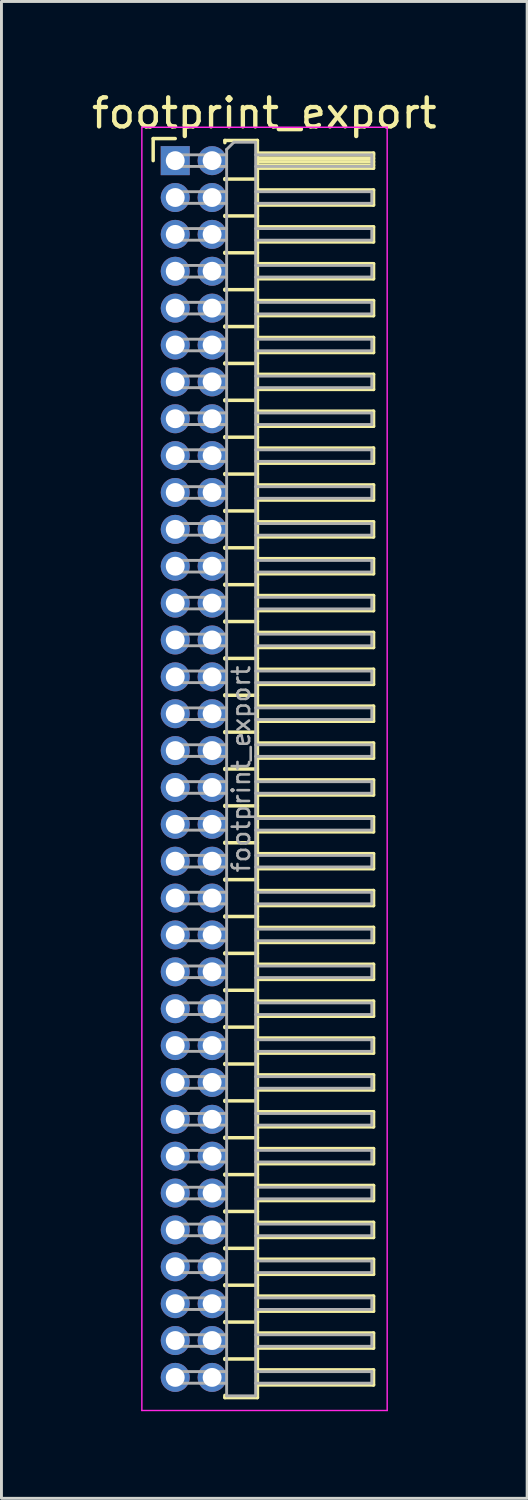
<source format=kicad_pcb>
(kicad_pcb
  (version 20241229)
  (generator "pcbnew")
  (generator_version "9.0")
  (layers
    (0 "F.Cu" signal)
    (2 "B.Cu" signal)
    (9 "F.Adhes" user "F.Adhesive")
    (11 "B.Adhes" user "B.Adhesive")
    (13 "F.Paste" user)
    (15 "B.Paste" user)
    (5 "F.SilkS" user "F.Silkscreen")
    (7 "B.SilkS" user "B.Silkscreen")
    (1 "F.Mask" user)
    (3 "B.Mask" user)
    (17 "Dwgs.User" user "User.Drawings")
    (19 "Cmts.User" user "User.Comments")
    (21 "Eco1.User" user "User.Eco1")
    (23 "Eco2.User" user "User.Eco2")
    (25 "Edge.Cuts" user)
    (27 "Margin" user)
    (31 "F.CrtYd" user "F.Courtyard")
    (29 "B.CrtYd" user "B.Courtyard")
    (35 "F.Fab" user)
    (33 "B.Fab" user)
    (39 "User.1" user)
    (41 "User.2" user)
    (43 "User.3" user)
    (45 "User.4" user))
  (footprint "footprint_export"
    (layer "F.Cu")
    (at 2.986 2.483)
    (property "Reference" "footprint_export" (at 3.067 -1.635 0) (layer "F.SilkS") (effects (font (size 1 1) (thickness 0.15))))
    (attr through_hole)
    (fp_line (start -0.76 -0.76) (end 0 -0.76) (stroke (width 0.12) (type solid)) (layer "F.SilkS"))
    (fp_line (start -0.76 0) (end -0.76 -0.76) (stroke (width 0.12) (type solid)) (layer "F.SilkS"))
    (fp_line (start 1.71 -0.695) (end 2.83 -0.695) (stroke (width 0.12) (type solid)) (layer "F.SilkS"))
    (fp_line (start 1.71 -0.62) (end 1.71 -0.695) (stroke (width 0.12) (type solid)) (layer "F.SilkS"))
    (fp_line (start 1.71 0.62) (end 1.71 0.65) (stroke (width 0.12) (type solid)) (layer "F.SilkS"))
    (fp_line (start 1.71 0.635) (end 2.83 0.635) (stroke (width 0.12) (type solid)) (layer "F.SilkS"))
    (fp_line (start 1.71 1.89) (end 1.71 1.92) (stroke (width 0.12) (type solid)) (layer "F.SilkS"))
    (fp_line (start 1.71 1.905) (end 2.83 1.905) (stroke (width 0.12) (type solid)) (layer "F.SilkS"))
    (fp_line (start 1.71 3.16) (end 1.71 3.19) (stroke (width 0.12) (type solid)) (layer "F.SilkS"))
    (fp_line (start 1.71 3.175) (end 2.83 3.175) (stroke (width 0.12) (type solid)) (layer "F.SilkS"))
    (fp_line (start 1.71 4.43) (end 1.71 4.46) (stroke (width 0.12) (type solid)) (layer "F.SilkS"))
    (fp_line (start 1.71 4.445) (end 2.83 4.445) (stroke (width 0.12) (type solid)) (layer "F.SilkS"))
    (fp_line (start 1.71 5.7) (end 1.71 5.73) (stroke (width 0.12) (type solid)) (layer "F.SilkS"))
    (fp_line (start 1.71 5.715) (end 2.83 5.715) (stroke (width 0.12) (type solid)) (layer "F.SilkS"))
    (fp_line (start 1.71 6.97) (end 1.71 7) (stroke (width 0.12) (type solid)) (layer "F.SilkS"))
    (fp_line (start 1.71 6.985) (end 2.83 6.985) (stroke (width 0.12) (type solid)) (layer "F.SilkS"))
    (fp_line (start 1.71 8.24) (end 1.71 8.27) (stroke (width 0.12) (type solid)) (layer "F.SilkS"))
    (fp_line (start 1.71 8.255) (end 2.83 8.255) (stroke (width 0.12) (type solid)) (layer "F.SilkS"))
    (fp_line (start 1.71 9.51) (end 1.71 9.54) (stroke (width 0.12) (type solid)) (layer "F.SilkS"))
    (fp_line (start 1.71 9.525) (end 2.83 9.525) (stroke (width 0.12) (type solid)) (layer "F.SilkS"))
    (fp_line (start 1.71 10.78) (end 1.71 10.81) (stroke (width 0.12) (type solid)) (layer "F.SilkS"))
    (fp_line (start 1.71 10.795) (end 2.83 10.795) (stroke (width 0.12) (type solid)) (layer "F.SilkS"))
    (fp_line (start 1.71 12.05) (end 1.71 12.08) (stroke (width 0.12) (type solid)) (layer "F.SilkS"))
    (fp_line (start 1.71 12.065) (end 2.83 12.065) (stroke (width 0.12) (type solid)) (layer "F.SilkS"))
    (fp_line (start 1.71 13.32) (end 1.71 13.35) (stroke (width 0.12) (type solid)) (layer "F.SilkS"))
    (fp_line (start 1.71 13.335) (end 2.83 13.335) (stroke (width 0.12) (type solid)) (layer "F.SilkS"))
    (fp_line (start 1.71 14.59) (end 1.71 14.62) (stroke (width 0.12) (type solid)) (layer "F.SilkS"))
    (fp_line (start 1.71 14.605) (end 2.83 14.605) (stroke (width 0.12) (type solid)) (layer "F.SilkS"))
    (fp_line (start 1.71 15.86) (end 1.71 15.89) (stroke (width 0.12) (type solid)) (layer "F.SilkS"))
    (fp_line (start 1.71 15.875) (end 2.83 15.875) (stroke (width 0.12) (type solid)) (layer "F.SilkS"))
    (fp_line (start 1.71 17.13) (end 1.71 17.16) (stroke (width 0.12) (type solid)) (layer "F.SilkS"))
    (fp_line (start 1.71 17.145) (end 2.83 17.145) (stroke (width 0.12) (type solid)) (layer "F.SilkS"))
    (fp_line (start 1.71 18.4) (end 1.71 18.43) (stroke (width 0.12) (type solid)) (layer "F.SilkS"))
    (fp_line (start 1.71 18.415) (end 2.83 18.415) (stroke (width 0.12) (type solid)) (layer "F.SilkS"))
    (fp_line (start 1.71 19.67) (end 1.71 19.7) (stroke (width 0.12) (type solid)) (layer "F.SilkS"))
    (fp_line (start 1.71 19.685) (end 2.83 19.685) (stroke (width 0.12) (type solid)) (layer "F.SilkS"))
    (fp_line (start 1.71 20.94) (end 1.71 20.97) (stroke (width 0.12) (type solid)) (layer "F.SilkS"))
    (fp_line (start 1.71 20.955) (end 2.83 20.955) (stroke (width 0.12) (type solid)) (layer "F.SilkS"))
    (fp_line (start 1.71 22.21) (end 1.71 22.24) (stroke (width 0.12) (type solid)) (layer "F.SilkS"))
    (fp_line (start 1.71 22.225) (end 2.83 22.225) (stroke (width 0.12) (type solid)) (layer "F.SilkS"))
    (fp_line (start 1.71 23.48) (end 1.71 23.51) (stroke (width 0.12) (type solid)) (layer "F.SilkS"))
    (fp_line (start 1.71 23.495) (end 2.83 23.495) (stroke (width 0.12) (type solid)) (layer "F.SilkS"))
    (fp_line (start 1.71 24.75) (end 1.71 24.78) (stroke (width 0.12) (type solid)) (layer "F.SilkS"))
    (fp_line (start 1.71 24.765) (end 2.83 24.765) (stroke (width 0.12) (type solid)) (layer "F.SilkS"))
    (fp_line (start 1.71 26.02) (end 1.71 26.05) (stroke (width 0.12) (type solid)) (layer "F.SilkS"))
    (fp_line (start 1.71 26.035) (end 2.83 26.035) (stroke (width 0.12) (type solid)) (layer "F.SilkS"))
    (fp_line (start 1.71 27.29) (end 1.71 27.32) (stroke (width 0.12) (type solid)) (layer "F.SilkS"))
    (fp_line (start 1.71 27.305) (end 2.83 27.305) (stroke (width 0.12) (type solid)) (layer "F.SilkS"))
    (fp_line (start 1.71 28.56) (end 1.71 28.59) (stroke (width 0.12) (type solid)) (layer "F.SilkS"))
    (fp_line (start 1.71 28.575) (end 2.83 28.575) (stroke (width 0.12) (type solid)) (layer "F.SilkS"))
    (fp_line (start 1.71 29.83) (end 1.71 29.86) (stroke (width 0.12) (type solid)) (layer "F.SilkS"))
    (fp_line (start 1.71 29.845) (end 2.83 29.845) (stroke (width 0.12) (type solid)) (layer "F.SilkS"))
    (fp_line (start 1.71 31.1) (end 1.71 31.13) (stroke (width 0.12) (type solid)) (layer "F.SilkS"))
    (fp_line (start 1.71 31.115) (end 2.83 31.115) (stroke (width 0.12) (type solid)) (layer "F.SilkS"))
    (fp_line (start 1.71 32.37) (end 1.71 32.4) (stroke (width 0.12) (type solid)) (layer "F.SilkS"))
    (fp_line (start 1.71 32.385) (end 2.83 32.385) (stroke (width 0.12) (type solid)) (layer "F.SilkS"))
    (fp_line (start 1.71 33.64) (end 1.71 33.67) (stroke (width 0.12) (type solid)) (layer "F.SilkS"))
    (fp_line (start 1.71 33.655) (end 2.83 33.655) (stroke (width 0.12) (type solid)) (layer "F.SilkS"))
    (fp_line (start 1.71 34.91) (end 1.71 34.94) (stroke (width 0.12) (type solid)) (layer "F.SilkS"))
    (fp_line (start 1.71 34.925) (end 2.83 34.925) (stroke (width 0.12) (type solid)) (layer "F.SilkS"))
    (fp_line (start 1.71 36.18) (end 1.71 36.21) (stroke (width 0.12) (type solid)) (layer "F.SilkS"))
    (fp_line (start 1.71 36.195) (end 2.83 36.195) (stroke (width 0.12) (type solid)) (layer "F.SilkS"))
    (fp_line (start 1.71 37.45) (end 1.71 37.48) (stroke (width 0.12) (type solid)) (layer "F.SilkS"))
    (fp_line (start 1.71 37.465) (end 2.83 37.465) (stroke (width 0.12) (type solid)) (layer "F.SilkS"))
    (fp_line (start 1.71 38.72) (end 1.71 38.75) (stroke (width 0.12) (type solid)) (layer "F.SilkS"))
    (fp_line (start 1.71 38.735) (end 2.83 38.735) (stroke (width 0.12) (type solid)) (layer "F.SilkS"))
    (fp_line (start 1.71 39.99) (end 1.71 40.02) (stroke (width 0.12) (type solid)) (layer "F.SilkS"))
    (fp_line (start 1.71 40.005) (end 2.83 40.005) (stroke (width 0.12) (type solid)) (layer "F.SilkS"))
    (fp_line (start 1.71 41.26) (end 1.71 41.29) (stroke (width 0.12) (type solid)) (layer "F.SilkS"))
    (fp_line (start 1.71 41.275) (end 2.83 41.275) (stroke (width 0.12) (type solid)) (layer "F.SilkS"))
    (fp_line (start 1.71 42.605) (end 1.71 42.53) (stroke (width 0.12) (type solid)) (layer "F.SilkS"))
    (fp_line (start 2.83 -0.695) (end 2.83 42.605) (stroke (width 0.12) (type solid)) (layer "F.SilkS"))
    (fp_line (start 2.83 -0.26) (end 6.83 -0.26) (stroke (width 0.12) (type solid)) (layer "F.SilkS"))
    (fp_line (start 2.83 -0.2) (end 6.83 -0.2) (stroke (width 0.12) (type solid)) (layer "F.SilkS"))
    (fp_line (start 2.83 -0.08) (end 6.83 -0.08) (stroke (width 0.12) (type solid)) (layer "F.SilkS"))
    (fp_line (start 2.83 0.04) (end 6.83 0.04) (stroke (width 0.12) (type solid)) (layer "F.SilkS"))
    (fp_line (start 2.83 0.16) (end 6.83 0.16) (stroke (width 0.12) (type solid)) (layer "F.SilkS"))
    (fp_line (start 2.83 1.01) (end 6.83 1.01) (stroke (width 0.12) (type solid)) (layer "F.SilkS"))
    (fp_line (start 2.83 2.28) (end 6.83 2.28) (stroke (width 0.12) (type solid)) (layer "F.SilkS"))
    (fp_line (start 2.83 3.55) (end 6.83 3.55) (stroke (width 0.12) (type solid)) (layer "F.SilkS"))
    (fp_line (start 2.83 4.82) (end 6.83 4.82) (stroke (width 0.12) (type solid)) (layer "F.SilkS"))
    (fp_line (start 2.83 6.09) (end 6.83 6.09) (stroke (width 0.12) (type solid)) (layer "F.SilkS"))
    (fp_line (start 2.83 7.36) (end 6.83 7.36) (stroke (width 0.12) (type solid)) (layer "F.SilkS"))
    (fp_line (start 2.83 8.63) (end 6.83 8.63) (stroke (width 0.12) (type solid)) (layer "F.SilkS"))
    (fp_line (start 2.83 9.9) (end 6.83 9.9) (stroke (width 0.12) (type solid)) (layer "F.SilkS"))
    (fp_line (start 2.83 11.17) (end 6.83 11.17) (stroke (width 0.12) (type solid)) (layer "F.SilkS"))
    (fp_line (start 2.83 12.44) (end 6.83 12.44) (stroke (width 0.12) (type solid)) (layer "F.SilkS"))
    (fp_line (start 2.83 13.71) (end 6.83 13.71) (stroke (width 0.12) (type solid)) (layer "F.SilkS"))
    (fp_line (start 2.83 14.98) (end 6.83 14.98) (stroke (width 0.12) (type solid)) (layer "F.SilkS"))
    (fp_line (start 2.83 16.25) (end 6.83 16.25) (stroke (width 0.12) (type solid)) (layer "F.SilkS"))
    (fp_line (start 2.83 17.52) (end 6.83 17.52) (stroke (width 0.12) (type solid)) (layer "F.SilkS"))
    (fp_line (start 2.83 18.79) (end 6.83 18.79) (stroke (width 0.12) (type solid)) (layer "F.SilkS"))
    (fp_line (start 2.83 20.06) (end 6.83 20.06) (stroke (width 0.12) (type solid)) (layer "F.SilkS"))
    (fp_line (start 2.83 21.33) (end 6.83 21.33) (stroke (width 0.12) (type solid)) (layer "F.SilkS"))
    (fp_line (start 2.83 22.6) (end 6.83 22.6) (stroke (width 0.12) (type solid)) (layer "F.SilkS"))
    (fp_line (start 2.83 23.87) (end 6.83 23.87) (stroke (width 0.12) (type solid)) (layer "F.SilkS"))
    (fp_line (start 2.83 25.14) (end 6.83 25.14) (stroke (width 0.12) (type solid)) (layer "F.SilkS"))
    (fp_line (start 2.83 26.41) (end 6.83 26.41) (stroke (width 0.12) (type solid)) (layer "F.SilkS"))
    (fp_line (start 2.83 27.68) (end 6.83 27.68) (stroke (width 0.12) (type solid)) (layer "F.SilkS"))
    (fp_line (start 2.83 28.95) (end 6.83 28.95) (stroke (width 0.12) (type solid)) (layer "F.SilkS"))
    (fp_line (start 2.83 30.22) (end 6.83 30.22) (stroke (width 0.12) (type solid)) (layer "F.SilkS"))
    (fp_line (start 2.83 31.49) (end 6.83 31.49) (stroke (width 0.12) (type solid)) (layer "F.SilkS"))
    (fp_line (start 2.83 32.76) (end 6.83 32.76) (stroke (width 0.12) (type solid)) (layer "F.SilkS"))
    (fp_line (start 2.83 34.03) (end 6.83 34.03) (stroke (width 0.12) (type solid)) (layer "F.SilkS"))
    (fp_line (start 2.83 35.3) (end 6.83 35.3) (stroke (width 0.12) (type solid)) (layer "F.SilkS"))
    (fp_line (start 2.83 36.57) (end 6.83 36.57) (stroke (width 0.12) (type solid)) (layer "F.SilkS"))
    (fp_line (start 2.83 37.84) (end 6.83 37.84) (stroke (width 0.12) (type solid)) (layer "F.SilkS"))
    (fp_line (start 2.83 39.11) (end 6.83 39.11) (stroke (width 0.12) (type solid)) (layer "F.SilkS"))
    (fp_line (start 2.83 40.38) (end 6.83 40.38) (stroke (width 0.12) (type solid)) (layer "F.SilkS"))
    (fp_line (start 2.83 41.65) (end 6.83 41.65) (stroke (width 0.12) (type solid)) (layer "F.SilkS"))
    (fp_line (start 2.83 42.605) (end 1.71 42.605) (stroke (width 0.12) (type solid)) (layer "F.SilkS"))
    (fp_line (start 6.83 -0.26) (end 6.83 0.26) (stroke (width 0.12) (type solid)) (layer "F.SilkS"))
    (fp_line (start 6.83 0.26) (end 2.83 0.26) (stroke (width 0.12) (type solid)) (layer "F.SilkS"))
    (fp_line (start 6.83 1.01) (end 6.83 1.53) (stroke (width 0.12) (type solid)) (layer "F.SilkS"))
    (fp_line (start 6.83 1.53) (end 2.83 1.53) (stroke (width 0.12) (type solid)) (layer "F.SilkS"))
    (fp_line (start 6.83 2.28) (end 6.83 2.8) (stroke (width 0.12) (type solid)) (layer "F.SilkS"))
    (fp_line (start 6.83 2.8) (end 2.83 2.8) (stroke (width 0.12) (type solid)) (layer "F.SilkS"))
    (fp_line (start 6.83 3.55) (end 6.83 4.07) (stroke (width 0.12) (type solid)) (layer "F.SilkS"))
    (fp_line (start 6.83 4.07) (end 2.83 4.07) (stroke (width 0.12) (type solid)) (layer "F.SilkS"))
    (fp_line (start 6.83 4.82) (end 6.83 5.34) (stroke (width 0.12) (type solid)) (layer "F.SilkS"))
    (fp_line (start 6.83 5.34) (end 2.83 5.34) (stroke (width 0.12) (type solid)) (layer "F.SilkS"))
    (fp_line (start 6.83 6.09) (end 6.83 6.61) (stroke (width 0.12) (type solid)) (layer "F.SilkS"))
    (fp_line (start 6.83 6.61) (end 2.83 6.61) (stroke (width 0.12) (type solid)) (layer "F.SilkS"))
    (fp_line (start 6.83 7.36) (end 6.83 7.88) (stroke (width 0.12) (type solid)) (layer "F.SilkS"))
    (fp_line (start 6.83 7.88) (end 2.83 7.88) (stroke (width 0.12) (type solid)) (layer "F.SilkS"))
    (fp_line (start 6.83 8.63) (end 6.83 9.15) (stroke (width 0.12) (type solid)) (layer "F.SilkS"))
    (fp_line (start 6.83 9.15) (end 2.83 9.15) (stroke (width 0.12) (type solid)) (layer "F.SilkS"))
    (fp_line (start 6.83 9.9) (end 6.83 10.42) (stroke (width 0.12) (type solid)) (layer "F.SilkS"))
    (fp_line (start 6.83 10.42) (end 2.83 10.42) (stroke (width 0.12) (type solid)) (layer "F.SilkS"))
    (fp_line (start 6.83 11.17) (end 6.83 11.69) (stroke (width 0.12) (type solid)) (layer "F.SilkS"))
    (fp_line (start 6.83 11.69) (end 2.83 11.69) (stroke (width 0.12) (type solid)) (layer "F.SilkS"))
    (fp_line (start 6.83 12.44) (end 6.83 12.96) (stroke (width 0.12) (type solid)) (layer "F.SilkS"))
    (fp_line (start 6.83 12.96) (end 2.83 12.96) (stroke (width 0.12) (type solid)) (layer "F.SilkS"))
    (fp_line (start 6.83 13.71) (end 6.83 14.23) (stroke (width 0.12) (type solid)) (layer "F.SilkS"))
    (fp_line (start 6.83 14.23) (end 2.83 14.23) (stroke (width 0.12) (type solid)) (layer "F.SilkS"))
    (fp_line (start 6.83 14.98) (end 6.83 15.5) (stroke (width 0.12) (type solid)) (layer "F.SilkS"))
    (fp_line (start 6.83 15.5) (end 2.83 15.5) (stroke (width 0.12) (type solid)) (layer "F.SilkS"))
    (fp_line (start 6.83 16.25) (end 6.83 16.77) (stroke (width 0.12) (type solid)) (layer "F.SilkS"))
    (fp_line (start 6.83 16.77) (end 2.83 16.77) (stroke (width 0.12) (type solid)) (layer "F.SilkS"))
    (fp_line (start 6.83 17.52) (end 6.83 18.04) (stroke (width 0.12) (type solid)) (layer "F.SilkS"))
    (fp_line (start 6.83 18.04) (end 2.83 18.04) (stroke (width 0.12) (type solid)) (layer "F.SilkS"))
    (fp_line (start 6.83 18.79) (end 6.83 19.31) (stroke (width 0.12) (type solid)) (layer "F.SilkS"))
    (fp_line (start 6.83 19.31) (end 2.83 19.31) (stroke (width 0.12) (type solid)) (layer "F.SilkS"))
    (fp_line (start 6.83 20.06) (end 6.83 20.58) (stroke (width 0.12) (type solid)) (layer "F.SilkS"))
    (fp_line (start 6.83 20.58) (end 2.83 20.58) (stroke (width 0.12) (type solid)) (layer "F.SilkS"))
    (fp_line (start 6.83 21.33) (end 6.83 21.85) (stroke (width 0.12) (type solid)) (layer "F.SilkS"))
    (fp_line (start 6.83 21.85) (end 2.83 21.85) (stroke (width 0.12) (type solid)) (layer "F.SilkS"))
    (fp_line (start 6.83 22.6) (end 6.83 23.12) (stroke (width 0.12) (type solid)) (layer "F.SilkS"))
    (fp_line (start 6.83 23.12) (end 2.83 23.12) (stroke (width 0.12) (type solid)) (layer "F.SilkS"))
    (fp_line (start 6.83 23.87) (end 6.83 24.39) (stroke (width 0.12) (type solid)) (layer "F.SilkS"))
    (fp_line (start 6.83 24.39) (end 2.83 24.39) (stroke (width 0.12) (type solid)) (layer "F.SilkS"))
    (fp_line (start 6.83 25.14) (end 6.83 25.66) (stroke (width 0.12) (type solid)) (layer "F.SilkS"))
    (fp_line (start 6.83 25.66) (end 2.83 25.66) (stroke (width 0.12) (type solid)) (layer "F.SilkS"))
    (fp_line (start 6.83 26.41) (end 6.83 26.93) (stroke (width 0.12) (type solid)) (layer "F.SilkS"))
    (fp_line (start 6.83 26.93) (end 2.83 26.93) (stroke (width 0.12) (type solid)) (layer "F.SilkS"))
    (fp_line (start 6.83 27.68) (end 6.83 28.2) (stroke (width 0.12) (type solid)) (layer "F.SilkS"))
    (fp_line (start 6.83 28.2) (end 2.83 28.2) (stroke (width 0.12) (type solid)) (layer "F.SilkS"))
    (fp_line (start 6.83 28.95) (end 6.83 29.47) (stroke (width 0.12) (type solid)) (layer "F.SilkS"))
    (fp_line (start 6.83 29.47) (end 2.83 29.47) (stroke (width 0.12) (type solid)) (layer "F.SilkS"))
    (fp_line (start 6.83 30.22) (end 6.83 30.74) (stroke (width 0.12) (type solid)) (layer "F.SilkS"))
    (fp_line (start 6.83 30.74) (end 2.83 30.74) (stroke (width 0.12) (type solid)) (layer "F.SilkS"))
    (fp_line (start 6.83 31.49) (end 6.83 32.01) (stroke (width 0.12) (type solid)) (layer "F.SilkS"))
    (fp_line (start 6.83 32.01) (end 2.83 32.01) (stroke (width 0.12) (type solid)) (layer "F.SilkS"))
    (fp_line (start 6.83 32.76) (end 6.83 33.28) (stroke (width 0.12) (type solid)) (layer "F.SilkS"))
    (fp_line (start 6.83 33.28) (end 2.83 33.28) (stroke (width 0.12) (type solid)) (layer "F.SilkS"))
    (fp_line (start 6.83 34.03) (end 6.83 34.55) (stroke (width 0.12) (type solid)) (layer "F.SilkS"))
    (fp_line (start 6.83 34.55) (end 2.83 34.55) (stroke (width 0.12) (type solid)) (layer "F.SilkS"))
    (fp_line (start 6.83 35.3) (end 6.83 35.82) (stroke (width 0.12) (type solid)) (layer "F.SilkS"))
    (fp_line (start 6.83 35.82) (end 2.83 35.82) (stroke (width 0.12) (type solid)) (layer "F.SilkS"))
    (fp_line (start 6.83 36.57) (end 6.83 37.09) (stroke (width 0.12) (type solid)) (layer "F.SilkS"))
    (fp_line (start 6.83 37.09) (end 2.83 37.09) (stroke (width 0.12) (type solid)) (layer "F.SilkS"))
    (fp_line (start 6.83 37.84) (end 6.83 38.36) (stroke (width 0.12) (type solid)) (layer "F.SilkS"))
    (fp_line (start 6.83 38.36) (end 2.83 38.36) (stroke (width 0.12) (type solid)) (layer "F.SilkS"))
    (fp_line (start 6.83 39.11) (end 6.83 39.63) (stroke (width 0.12) (type solid)) (layer "F.SilkS"))
    (fp_line (start 6.83 39.63) (end 2.83 39.63) (stroke (width 0.12) (type solid)) (layer "F.SilkS"))
    (fp_line (start 6.83 40.38) (end 6.83 40.9) (stroke (width 0.12) (type solid)) (layer "F.SilkS"))
    (fp_line (start 6.83 40.9) (end 2.83 40.9) (stroke (width 0.12) (type solid)) (layer "F.SilkS"))
    (fp_line (start 6.83 41.65) (end 6.83 42.17) (stroke (width 0.12) (type solid)) (layer "F.SilkS"))
    (fp_line (start 6.83 42.17) (end 2.83 42.17) (stroke (width 0.12) (type solid)) (layer "F.SilkS"))
    (fp_line (start -1.15 -1.15) (end -1.15 43.05) (stroke (width 0.05) (type solid)) (layer "F.CrtYd"))
    (fp_line (start -1.15 43.05) (end 7.3 43.05) (stroke (width 0.05) (type solid)) (layer "F.CrtYd"))
    (fp_line (start 7.3 -1.15) (end -1.15 -1.15) (stroke (width 0.05) (type solid)) (layer "F.CrtYd"))
    (fp_line (start 7.3 43.05) (end 7.3 -1.15) (stroke (width 0.05) (type solid)) (layer "F.CrtYd"))
    (fp_line (start -0.2 -0.2) (end -0.2 0.2) (stroke (width 0.1) (type solid)) (layer "F.Fab"))
    (fp_line (start -0.2 -0.2) (end 1.77 -0.2) (stroke (width 0.1) (type solid)) (layer "F.Fab"))
    (fp_line (start -0.2 0.2) (end 1.77 0.2) (stroke (width 0.1) (type solid)) (layer "F.Fab"))
    (fp_line (start -0.2 1.07) (end -0.2 1.47) (stroke (width 0.1) (type solid)) (layer "F.Fab"))
    (fp_line (start -0.2 1.07) (end 1.77 1.07) (stroke (width 0.1) (type solid)) (layer "F.Fab"))
    (fp_line (start -0.2 1.47) (end 1.77 1.47) (stroke (width 0.1) (type solid)) (layer "F.Fab"))
    (fp_line (start -0.2 2.34) (end -0.2 2.74) (stroke (width 0.1) (type solid)) (layer "F.Fab"))
    (fp_line (start -0.2 2.34) (end 1.77 2.34) (stroke (width 0.1) (type solid)) (layer "F.Fab"))
    (fp_line (start -0.2 2.74) (end 1.77 2.74) (stroke (width 0.1) (type solid)) (layer "F.Fab"))
    (fp_line (start -0.2 3.61) (end -0.2 4.01) (stroke (width 0.1) (type solid)) (layer "F.Fab"))
    (fp_line (start -0.2 3.61) (end 1.77 3.61) (stroke (width 0.1) (type solid)) (layer "F.Fab"))
    (fp_line (start -0.2 4.01) (end 1.77 4.01) (stroke (width 0.1) (type solid)) (layer "F.Fab"))
    (fp_line (start -0.2 4.88) (end -0.2 5.28) (stroke (width 0.1) (type solid)) (layer "F.Fab"))
    (fp_line (start -0.2 4.88) (end 1.77 4.88) (stroke (width 0.1) (type solid)) (layer "F.Fab"))
    (fp_line (start -0.2 5.28) (end 1.77 5.28) (stroke (width 0.1) (type solid)) (layer "F.Fab"))
    (fp_line (start -0.2 6.15) (end -0.2 6.55) (stroke (width 0.1) (type solid)) (layer "F.Fab"))
    (fp_line (start -0.2 6.15) (end 1.77 6.15) (stroke (width 0.1) (type solid)) (layer "F.Fab"))
    (fp_line (start -0.2 6.55) (end 1.77 6.55) (stroke (width 0.1) (type solid)) (layer "F.Fab"))
    (fp_line (start -0.2 7.42) (end -0.2 7.82) (stroke (width 0.1) (type solid)) (layer "F.Fab"))
    (fp_line (start -0.2 7.42) (end 1.77 7.42) (stroke (width 0.1) (type solid)) (layer "F.Fab"))
    (fp_line (start -0.2 7.82) (end 1.77 7.82) (stroke (width 0.1) (type solid)) (layer "F.Fab"))
    (fp_line (start -0.2 8.69) (end -0.2 9.09) (stroke (width 0.1) (type solid)) (layer "F.Fab"))
    (fp_line (start -0.2 8.69) (end 1.77 8.69) (stroke (width 0.1) (type solid)) (layer "F.Fab"))
    (fp_line (start -0.2 9.09) (end 1.77 9.09) (stroke (width 0.1) (type solid)) (layer "F.Fab"))
    (fp_line (start -0.2 9.96) (end -0.2 10.36) (stroke (width 0.1) (type solid)) (layer "F.Fab"))
    (fp_line (start -0.2 9.96) (end 1.77 9.96) (stroke (width 0.1) (type solid)) (layer "F.Fab"))
    (fp_line (start -0.2 10.36) (end 1.77 10.36) (stroke (width 0.1) (type solid)) (layer "F.Fab"))
    (fp_line (start -0.2 11.23) (end -0.2 11.63) (stroke (width 0.1) (type solid)) (layer "F.Fab"))
    (fp_line (start -0.2 11.23) (end 1.77 11.23) (stroke (width 0.1) (type solid)) (layer "F.Fab"))
    (fp_line (start -0.2 11.63) (end 1.77 11.63) (stroke (width 0.1) (type solid)) (layer "F.Fab"))
    (fp_line (start -0.2 12.5) (end -0.2 12.9) (stroke (width 0.1) (type solid)) (layer "F.Fab"))
    (fp_line (start -0.2 12.5) (end 1.77 12.5) (stroke (width 0.1) (type solid)) (layer "F.Fab"))
    (fp_line (start -0.2 12.9) (end 1.77 12.9) (stroke (width 0.1) (type solid)) (layer "F.Fab"))
    (fp_line (start -0.2 13.77) (end -0.2 14.17) (stroke (width 0.1) (type solid)) (layer "F.Fab"))
    (fp_line (start -0.2 13.77) (end 1.77 13.77) (stroke (width 0.1) (type solid)) (layer "F.Fab"))
    (fp_line (start -0.2 14.17) (end 1.77 14.17) (stroke (width 0.1) (type solid)) (layer "F.Fab"))
    (fp_line (start -0.2 15.04) (end -0.2 15.44) (stroke (width 0.1) (type solid)) (layer "F.Fab"))
    (fp_line (start -0.2 15.04) (end 1.77 15.04) (stroke (width 0.1) (type solid)) (layer "F.Fab"))
    (fp_line (start -0.2 15.44) (end 1.77 15.44) (stroke (width 0.1) (type solid)) (layer "F.Fab"))
    (fp_line (start -0.2 16.31) (end -0.2 16.71) (stroke (width 0.1) (type solid)) (layer "F.Fab"))
    (fp_line (start -0.2 16.31) (end 1.77 16.31) (stroke (width 0.1) (type solid)) (layer "F.Fab"))
    (fp_line (start -0.2 16.71) (end 1.77 16.71) (stroke (width 0.1) (type solid)) (layer "F.Fab"))
    (fp_line (start -0.2 17.58) (end -0.2 17.98) (stroke (width 0.1) (type solid)) (layer "F.Fab"))
    (fp_line (start -0.2 17.58) (end 1.77 17.58) (stroke (width 0.1) (type solid)) (layer "F.Fab"))
    (fp_line (start -0.2 17.98) (end 1.77 17.98) (stroke (width 0.1) (type solid)) (layer "F.Fab"))
    (fp_line (start -0.2 18.85) (end -0.2 19.25) (stroke (width 0.1) (type solid)) (layer "F.Fab"))
    (fp_line (start -0.2 18.85) (end 1.77 18.85) (stroke (width 0.1) (type solid)) (layer "F.Fab"))
    (fp_line (start -0.2 19.25) (end 1.77 19.25) (stroke (width 0.1) (type solid)) (layer "F.Fab"))
    (fp_line (start -0.2 20.12) (end -0.2 20.52) (stroke (width 0.1) (type solid)) (layer "F.Fab"))
    (fp_line (start -0.2 20.12) (end 1.77 20.12) (stroke (width 0.1) (type solid)) (layer "F.Fab"))
    (fp_line (start -0.2 20.52) (end 1.77 20.52) (stroke (width 0.1) (type solid)) (layer "F.Fab"))
    (fp_line (start -0.2 21.39) (end -0.2 21.79) (stroke (width 0.1) (type solid)) (layer "F.Fab"))
    (fp_line (start -0.2 21.39) (end 1.77 21.39) (stroke (width 0.1) (type solid)) (layer "F.Fab"))
    (fp_line (start -0.2 21.79) (end 1.77 21.79) (stroke (width 0.1) (type solid)) (layer "F.Fab"))
    (fp_line (start -0.2 22.66) (end -0.2 23.06) (stroke (width 0.1) (type solid)) (layer "F.Fab"))
    (fp_line (start -0.2 22.66) (end 1.77 22.66) (stroke (width 0.1) (type solid)) (layer "F.Fab"))
    (fp_line (start -0.2 23.06) (end 1.77 23.06) (stroke (width 0.1) (type solid)) (layer "F.Fab"))
    (fp_line (start -0.2 23.93) (end -0.2 24.33) (stroke (width 0.1) (type solid)) (layer "F.Fab"))
    (fp_line (start -0.2 23.93) (end 1.77 23.93) (stroke (width 0.1) (type solid)) (layer "F.Fab"))
    (fp_line (start -0.2 24.33) (end 1.77 24.33) (stroke (width 0.1) (type solid)) (layer "F.Fab"))
    (fp_line (start -0.2 25.2) (end -0.2 25.6) (stroke (width 0.1) (type solid)) (layer "F.Fab"))
    (fp_line (start -0.2 25.2) (end 1.77 25.2) (stroke (width 0.1) (type solid)) (layer "F.Fab"))
    (fp_line (start -0.2 25.6) (end 1.77 25.6) (stroke (width 0.1) (type solid)) (layer "F.Fab"))
    (fp_line (start -0.2 26.47) (end -0.2 26.87) (stroke (width 0.1) (type solid)) (layer "F.Fab"))
    (fp_line (start -0.2 26.47) (end 1.77 26.47) (stroke (width 0.1) (type solid)) (layer "F.Fab"))
    (fp_line (start -0.2 26.87) (end 1.77 26.87) (stroke (width 0.1) (type solid)) (layer "F.Fab"))
    (fp_line (start -0.2 27.74) (end -0.2 28.14) (stroke (width 0.1) (type solid)) (layer "F.Fab"))
    (fp_line (start -0.2 27.74) (end 1.77 27.74) (stroke (width 0.1) (type solid)) (layer "F.Fab"))
    (fp_line (start -0.2 28.14) (end 1.77 28.14) (stroke (width 0.1) (type solid)) (layer "F.Fab"))
    (fp_line (start -0.2 29.01) (end -0.2 29.41) (stroke (width 0.1) (type solid)) (layer "F.Fab"))
    (fp_line (start -0.2 29.01) (end 1.77 29.01) (stroke (width 0.1) (type solid)) (layer "F.Fab"))
    (fp_line (start -0.2 29.41) (end 1.77 29.41) (stroke (width 0.1) (type solid)) (layer "F.Fab"))
    (fp_line (start -0.2 30.28) (end -0.2 30.68) (stroke (width 0.1) (type solid)) (layer "F.Fab"))
    (fp_line (start -0.2 30.28) (end 1.77 30.28) (stroke (width 0.1) (type solid)) (layer "F.Fab"))
    (fp_line (start -0.2 30.68) (end 1.77 30.68) (stroke (width 0.1) (type solid)) (layer "F.Fab"))
    (fp_line (start -0.2 31.55) (end -0.2 31.95) (stroke (width 0.1) (type solid)) (layer "F.Fab"))
    (fp_line (start -0.2 31.55) (end 1.77 31.55) (stroke (width 0.1) (type solid)) (layer "F.Fab"))
    (fp_line (start -0.2 31.95) (end 1.77 31.95) (stroke (width 0.1) (type solid)) (layer "F.Fab"))
    (fp_line (start -0.2 32.82) (end -0.2 33.22) (stroke (width 0.1) (type solid)) (layer "F.Fab"))
    (fp_line (start -0.2 32.82) (end 1.77 32.82) (stroke (width 0.1) (type solid)) (layer "F.Fab"))
    (fp_line (start -0.2 33.22) (end 1.77 33.22) (stroke (width 0.1) (type solid)) (layer "F.Fab"))
    (fp_line (start -0.2 34.09) (end -0.2 34.49) (stroke (width 0.1) (type solid)) (layer "F.Fab"))
    (fp_line (start -0.2 34.09) (end 1.77 34.09) (stroke (width 0.1) (type solid)) (layer "F.Fab"))
    (fp_line (start -0.2 34.49) (end 1.77 34.49) (stroke (width 0.1) (type solid)) (layer "F.Fab"))
    (fp_line (start -0.2 35.36) (end -0.2 35.76) (stroke (width 0.1) (type solid)) (layer "F.Fab"))
    (fp_line (start -0.2 35.36) (end 1.77 35.36) (stroke (width 0.1) (type solid)) (layer "F.Fab"))
    (fp_line (start -0.2 35.76) (end 1.77 35.76) (stroke (width 0.1) (type solid)) (layer "F.Fab"))
    (fp_line (start -0.2 36.63) (end -0.2 37.03) (stroke (width 0.1) (type solid)) (layer "F.Fab"))
    (fp_line (start -0.2 36.63) (end 1.77 36.63) (stroke (width 0.1) (type solid)) (layer "F.Fab"))
    (fp_line (start -0.2 37.03) (end 1.77 37.03) (stroke (width 0.1) (type solid)) (layer "F.Fab"))
    (fp_line (start -0.2 37.9) (end -0.2 38.3) (stroke (width 0.1) (type solid)) (layer "F.Fab"))
    (fp_line (start -0.2 37.9) (end 1.77 37.9) (stroke (width 0.1) (type solid)) (layer "F.Fab"))
    (fp_line (start -0.2 38.3) (end 1.77 38.3) (stroke (width 0.1) (type solid)) (layer "F.Fab"))
    (fp_line (start -0.2 39.17) (end -0.2 39.57) (stroke (width 0.1) (type solid)) (layer "F.Fab"))
    (fp_line (start -0.2 39.17) (end 1.77 39.17) (stroke (width 0.1) (type solid)) (layer "F.Fab"))
    (fp_line (start -0.2 39.57) (end 1.77 39.57) (stroke (width 0.1) (type solid)) (layer "F.Fab"))
    (fp_line (start -0.2 40.44) (end -0.2 40.84) (stroke (width 0.1) (type solid)) (layer "F.Fab"))
    (fp_line (start -0.2 40.44) (end 1.77 40.44) (stroke (width 0.1) (type solid)) (layer "F.Fab"))
    (fp_line (start -0.2 40.84) (end 1.77 40.84) (stroke (width 0.1) (type solid)) (layer "F.Fab"))
    (fp_line (start -0.2 41.71) (end -0.2 42.11) (stroke (width 0.1) (type solid)) (layer "F.Fab"))
    (fp_line (start -0.2 41.71) (end 1.77 41.71) (stroke (width 0.1) (type solid)) (layer "F.Fab"))
    (fp_line (start -0.2 42.11) (end 1.77 42.11) (stroke (width 0.1) (type solid)) (layer "F.Fab"))
    (fp_line (start 1.77 -0.385) (end 2.02 -0.635) (stroke (width 0.1) (type solid)) (layer "F.Fab"))
    (fp_line (start 1.77 42.545) (end 1.77 -0.385) (stroke (width 0.1) (type solid)) (layer "F.Fab"))
    (fp_line (start 2.02 -0.635) (end 2.77 -0.635) (stroke (width 0.1) (type solid)) (layer "F.Fab"))
    (fp_line (start 2.77 -0.635) (end 2.77 42.545) (stroke (width 0.1) (type solid)) (layer "F.Fab"))
    (fp_line (start 2.77 -0.2) (end 6.77 -0.2) (stroke (width 0.1) (type solid)) (layer "F.Fab"))
    (fp_line (start 2.77 0.2) (end 6.77 0.2) (stroke (width 0.1) (type solid)) (layer "F.Fab"))
    (fp_line (start 2.77 1.07) (end 6.77 1.07) (stroke (width 0.1) (type solid)) (layer "F.Fab"))
    (fp_line (start 2.77 1.47) (end 6.77 1.47) (stroke (width 0.1) (type solid)) (layer "F.Fab"))
    (fp_line (start 2.77 2.34) (end 6.77 2.34) (stroke (width 0.1) (type solid)) (layer "F.Fab"))
    (fp_line (start 2.77 2.74) (end 6.77 2.74) (stroke (width 0.1) (type solid)) (layer "F.Fab"))
    (fp_line (start 2.77 3.61) (end 6.77 3.61) (stroke (width 0.1) (type solid)) (layer "F.Fab"))
    (fp_line (start 2.77 4.01) (end 6.77 4.01) (stroke (width 0.1) (type solid)) (layer "F.Fab"))
    (fp_line (start 2.77 4.88) (end 6.77 4.88) (stroke (width 0.1) (type solid)) (layer "F.Fab"))
    (fp_line (start 2.77 5.28) (end 6.77 5.28) (stroke (width 0.1) (type solid)) (layer "F.Fab"))
    (fp_line (start 2.77 6.15) (end 6.77 6.15) (stroke (width 0.1) (type solid)) (layer "F.Fab"))
    (fp_line (start 2.77 6.55) (end 6.77 6.55) (stroke (width 0.1) (type solid)) (layer "F.Fab"))
    (fp_line (start 2.77 7.42) (end 6.77 7.42) (stroke (width 0.1) (type solid)) (layer "F.Fab"))
    (fp_line (start 2.77 7.82) (end 6.77 7.82) (stroke (width 0.1) (type solid)) (layer "F.Fab"))
    (fp_line (start 2.77 8.69) (end 6.77 8.69) (stroke (width 0.1) (type solid)) (layer "F.Fab"))
    (fp_line (start 2.77 9.09) (end 6.77 9.09) (stroke (width 0.1) (type solid)) (layer "F.Fab"))
    (fp_line (start 2.77 9.96) (end 6.77 9.96) (stroke (width 0.1) (type solid)) (layer "F.Fab"))
    (fp_line (start 2.77 10.36) (end 6.77 10.36) (stroke (width 0.1) (type solid)) (layer "F.Fab"))
    (fp_line (start 2.77 11.23) (end 6.77 11.23) (stroke (width 0.1) (type solid)) (layer "F.Fab"))
    (fp_line (start 2.77 11.63) (end 6.77 11.63) (stroke (width 0.1) (type solid)) (layer "F.Fab"))
    (fp_line (start 2.77 12.5) (end 6.77 12.5) (stroke (width 0.1) (type solid)) (layer "F.Fab"))
    (fp_line (start 2.77 12.9) (end 6.77 12.9) (stroke (width 0.1) (type solid)) (layer "F.Fab"))
    (fp_line (start 2.77 13.77) (end 6.77 13.77) (stroke (width 0.1) (type solid)) (layer "F.Fab"))
    (fp_line (start 2.77 14.17) (end 6.77 14.17) (stroke (width 0.1) (type solid)) (layer "F.Fab"))
    (fp_line (start 2.77 15.04) (end 6.77 15.04) (stroke (width 0.1) (type solid)) (layer "F.Fab"))
    (fp_line (start 2.77 15.44) (end 6.77 15.44) (stroke (width 0.1) (type solid)) (layer "F.Fab"))
    (fp_line (start 2.77 16.31) (end 6.77 16.31) (stroke (width 0.1) (type solid)) (layer "F.Fab"))
    (fp_line (start 2.77 16.71) (end 6.77 16.71) (stroke (width 0.1) (type solid)) (layer "F.Fab"))
    (fp_line (start 2.77 17.58) (end 6.77 17.58) (stroke (width 0.1) (type solid)) (layer "F.Fab"))
    (fp_line (start 2.77 17.98) (end 6.77 17.98) (stroke (width 0.1) (type solid)) (layer "F.Fab"))
    (fp_line (start 2.77 18.85) (end 6.77 18.85) (stroke (width 0.1) (type solid)) (layer "F.Fab"))
    (fp_line (start 2.77 19.25) (end 6.77 19.25) (stroke (width 0.1) (type solid)) (layer "F.Fab"))
    (fp_line (start 2.77 20.12) (end 6.77 20.12) (stroke (width 0.1) (type solid)) (layer "F.Fab"))
    (fp_line (start 2.77 20.52) (end 6.77 20.52) (stroke (width 0.1) (type solid)) (layer "F.Fab"))
    (fp_line (start 2.77 21.39) (end 6.77 21.39) (stroke (width 0.1) (type solid)) (layer "F.Fab"))
    (fp_line (start 2.77 21.79) (end 6.77 21.79) (stroke (width 0.1) (type solid)) (layer "F.Fab"))
    (fp_line (start 2.77 22.66) (end 6.77 22.66) (stroke (width 0.1) (type solid)) (layer "F.Fab"))
    (fp_line (start 2.77 23.06) (end 6.77 23.06) (stroke (width 0.1) (type solid)) (layer "F.Fab"))
    (fp_line (start 2.77 23.93) (end 6.77 23.93) (stroke (width 0.1) (type solid)) (layer "F.Fab"))
    (fp_line (start 2.77 24.33) (end 6.77 24.33) (stroke (width 0.1) (type solid)) (layer "F.Fab"))
    (fp_line (start 2.77 25.2) (end 6.77 25.2) (stroke (width 0.1) (type solid)) (layer "F.Fab"))
    (fp_line (start 2.77 25.6) (end 6.77 25.6) (stroke (width 0.1) (type solid)) (layer "F.Fab"))
    (fp_line (start 2.77 26.47) (end 6.77 26.47) (stroke (width 0.1) (type solid)) (layer "F.Fab"))
    (fp_line (start 2.77 26.87) (end 6.77 26.87) (stroke (width 0.1) (type solid)) (layer "F.Fab"))
    (fp_line (start 2.77 27.74) (end 6.77 27.74) (stroke (width 0.1) (type solid)) (layer "F.Fab"))
    (fp_line (start 2.77 28.14) (end 6.77 28.14) (stroke (width 0.1) (type solid)) (layer "F.Fab"))
    (fp_line (start 2.77 29.01) (end 6.77 29.01) (stroke (width 0.1) (type solid)) (layer "F.Fab"))
    (fp_line (start 2.77 29.41) (end 6.77 29.41) (stroke (width 0.1) (type solid)) (layer "F.Fab"))
    (fp_line (start 2.77 30.28) (end 6.77 30.28) (stroke (width 0.1) (type solid)) (layer "F.Fab"))
    (fp_line (start 2.77 30.68) (end 6.77 30.68) (stroke (width 0.1) (type solid)) (layer "F.Fab"))
    (fp_line (start 2.77 31.55) (end 6.77 31.55) (stroke (width 0.1) (type solid)) (layer "F.Fab"))
    (fp_line (start 2.77 31.95) (end 6.77 31.95) (stroke (width 0.1) (type solid)) (layer "F.Fab"))
    (fp_line (start 2.77 32.82) (end 6.77 32.82) (stroke (width 0.1) (type solid)) (layer "F.Fab"))
    (fp_line (start 2.77 33.22) (end 6.77 33.22) (stroke (width 0.1) (type solid)) (layer "F.Fab"))
    (fp_line (start 2.77 34.09) (end 6.77 34.09) (stroke (width 0.1) (type solid)) (layer "F.Fab"))
    (fp_line (start 2.77 34.49) (end 6.77 34.49) (stroke (width 0.1) (type solid)) (layer "F.Fab"))
    (fp_line (start 2.77 35.36) (end 6.77 35.36) (stroke (width 0.1) (type solid)) (layer "F.Fab"))
    (fp_line (start 2.77 35.76) (end 6.77 35.76) (stroke (width 0.1) (type solid)) (layer "F.Fab"))
    (fp_line (start 2.77 36.63) (end 6.77 36.63) (stroke (width 0.1) (type solid)) (layer "F.Fab"))
    (fp_line (start 2.77 37.03) (end 6.77 37.03) (stroke (width 0.1) (type solid)) (layer "F.Fab"))
    (fp_line (start 2.77 37.9) (end 6.77 37.9) (stroke (width 0.1) (type solid)) (layer "F.Fab"))
    (fp_line (start 2.77 38.3) (end 6.77 38.3) (stroke (width 0.1) (type solid)) (layer "F.Fab"))
    (fp_line (start 2.77 39.17) (end 6.77 39.17) (stroke (width 0.1) (type solid)) (layer "F.Fab"))
    (fp_line (start 2.77 39.57) (end 6.77 39.57) (stroke (width 0.1) (type solid)) (layer "F.Fab"))
    (fp_line (start 2.77 40.44) (end 6.77 40.44) (stroke (width 0.1) (type solid)) (layer "F.Fab"))
    (fp_line (start 2.77 40.84) (end 6.77 40.84) (stroke (width 0.1) (type solid)) (layer "F.Fab"))
    (fp_line (start 2.77 41.71) (end 6.77 41.71) (stroke (width 0.1) (type solid)) (layer "F.Fab"))
    (fp_line (start 2.77 42.11) (end 6.77 42.11) (stroke (width 0.1) (type solid)) (layer "F.Fab"))
    (fp_line (start 2.77 42.545) (end 1.77 42.545) (stroke (width 0.1) (type solid)) (layer "F.Fab"))
    (fp_line (start 6.77 -0.2) (end 6.77 0.2) (stroke (width 0.1) (type solid)) (layer "F.Fab"))
    (fp_line (start 6.77 1.07) (end 6.77 1.47) (stroke (width 0.1) (type solid)) (layer "F.Fab"))
    (fp_line (start 6.77 2.34) (end 6.77 2.74) (stroke (width 0.1) (type solid)) (layer "F.Fab"))
    (fp_line (start 6.77 3.61) (end 6.77 4.01) (stroke (width 0.1) (type solid)) (layer "F.Fab"))
    (fp_line (start 6.77 4.88) (end 6.77 5.28) (stroke (width 0.1) (type solid)) (layer "F.Fab"))
    (fp_line (start 6.77 6.15) (end 6.77 6.55) (stroke (width 0.1) (type solid)) (layer "F.Fab"))
    (fp_line (start 6.77 7.42) (end 6.77 7.82) (stroke (width 0.1) (type solid)) (layer "F.Fab"))
    (fp_line (start 6.77 8.69) (end 6.77 9.09) (stroke (width 0.1) (type solid)) (layer "F.Fab"))
    (fp_line (start 6.77 9.96) (end 6.77 10.36) (stroke (width 0.1) (type solid)) (layer "F.Fab"))
    (fp_line (start 6.77 11.23) (end 6.77 11.63) (stroke (width 0.1) (type solid)) (layer "F.Fab"))
    (fp_line (start 6.77 12.5) (end 6.77 12.9) (stroke (width 0.1) (type solid)) (layer "F.Fab"))
    (fp_line (start 6.77 13.77) (end 6.77 14.17) (stroke (width 0.1) (type solid)) (layer "F.Fab"))
    (fp_line (start 6.77 15.04) (end 6.77 15.44) (stroke (width 0.1) (type solid)) (layer "F.Fab"))
    (fp_line (start 6.77 16.31) (end 6.77 16.71) (stroke (width 0.1) (type solid)) (layer "F.Fab"))
    (fp_line (start 6.77 17.58) (end 6.77 17.98) (stroke (width 0.1) (type solid)) (layer "F.Fab"))
    (fp_line (start 6.77 18.85) (end 6.77 19.25) (stroke (width 0.1) (type solid)) (layer "F.Fab"))
    (fp_line (start 6.77 20.12) (end 6.77 20.52) (stroke (width 0.1) (type solid)) (layer "F.Fab"))
    (fp_line (start 6.77 21.39) (end 6.77 21.79) (stroke (width 0.1) (type solid)) (layer "F.Fab"))
    (fp_line (start 6.77 22.66) (end 6.77 23.06) (stroke (width 0.1) (type solid)) (layer "F.Fab"))
    (fp_line (start 6.77 23.93) (end 6.77 24.33) (stroke (width 0.1) (type solid)) (layer "F.Fab"))
    (fp_line (start 6.77 25.2) (end 6.77 25.6) (stroke (width 0.1) (type solid)) (layer "F.Fab"))
    (fp_line (start 6.77 26.47) (end 6.77 26.87) (stroke (width 0.1) (type solid)) (layer "F.Fab"))
    (fp_line (start 6.77 27.74) (end 6.77 28.14) (stroke (width 0.1) (type solid)) (layer "F.Fab"))
    (fp_line (start 6.77 29.01) (end 6.77 29.41) (stroke (width 0.1) (type solid)) (layer "F.Fab"))
    (fp_line (start 6.77 30.28) (end 6.77 30.68) (stroke (width 0.1) (type solid)) (layer "F.Fab"))
    (fp_line (start 6.77 31.55) (end 6.77 31.95) (stroke (width 0.1) (type solid)) (layer "F.Fab"))
    (fp_line (start 6.77 32.82) (end 6.77 33.22) (stroke (width 0.1) (type solid)) (layer "F.Fab"))
    (fp_line (start 6.77 34.09) (end 6.77 34.49) (stroke (width 0.1) (type solid)) (layer "F.Fab"))
    (fp_line (start 6.77 35.36) (end 6.77 35.76) (stroke (width 0.1) (type solid)) (layer "F.Fab"))
    (fp_line (start 6.77 36.63) (end 6.77 37.03) (stroke (width 0.1) (type solid)) (layer "F.Fab"))
    (fp_line (start 6.77 37.9) (end 6.77 38.3) (stroke (width 0.1) (type solid)) (layer "F.Fab"))
    (fp_line (start 6.77 39.17) (end 6.77 39.57) (stroke (width 0.1) (type solid)) (layer "F.Fab"))
    (fp_line (start 6.77 40.44) (end 6.77 40.84) (stroke (width 0.1) (type solid)) (layer "F.Fab"))
    (fp_line (start 6.77 41.71) (end 6.77 42.11) (stroke (width 0.1) (type solid)) (layer "F.Fab"))
    (fp_text user "${REFERENCE}" (at 2.27 20.955 90) (layer "F.Fab") (effects (font (size 0.6 0.6) (thickness 0.09))))
    (pad "1" thru_hole rect (at 0 0) (size 1 1) (drill 0.65) (layers "*.Cu" "*.Mask"))
    (pad "2" thru_hole oval (at 1.27 0) (size 1 1) (drill 0.65) (layers "*.Cu" "*.Mask"))
    (pad "3" thru_hole oval (at 0 1.27) (size 1 1) (drill 0.65) (layers "*.Cu" "*.Mask"))
    (pad "4" thru_hole oval (at 1.27 1.27) (size 1 1) (drill 0.65) (layers "*.Cu" "*.Mask"))
    (pad "5" thru_hole oval (at 0 2.54) (size 1 1) (drill 0.65) (layers "*.Cu" "*.Mask"))
    (pad "6" thru_hole oval (at 1.27 2.54) (size 1 1) (drill 0.65) (layers "*.Cu" "*.Mask"))
    (pad "7" thru_hole oval (at 0 3.81) (size 1 1) (drill 0.65) (layers "*.Cu" "*.Mask"))
    (pad "8" thru_hole oval (at 1.27 3.81) (size 1 1) (drill 0.65) (layers "*.Cu" "*.Mask"))
    (pad "9" thru_hole oval (at 0 5.08) (size 1 1) (drill 0.65) (layers "*.Cu" "*.Mask"))
    (pad "10" thru_hole oval (at 1.27 5.08) (size 1 1) (drill 0.65) (layers "*.Cu" "*.Mask"))
    (pad "11" thru_hole oval (at 0 6.35) (size 1 1) (drill 0.65) (layers "*.Cu" "*.Mask"))
    (pad "12" thru_hole oval (at 1.27 6.35) (size 1 1) (drill 0.65) (layers "*.Cu" "*.Mask"))
    (pad "13" thru_hole oval (at 0 7.62) (size 1 1) (drill 0.65) (layers "*.Cu" "*.Mask"))
    (pad "14" thru_hole oval (at 1.27 7.62) (size 1 1) (drill 0.65) (layers "*.Cu" "*.Mask"))
    (pad "15" thru_hole oval (at 0 8.89) (size 1 1) (drill 0.65) (layers "*.Cu" "*.Mask"))
    (pad "16" thru_hole oval (at 1.27 8.89) (size 1 1) (drill 0.65) (layers "*.Cu" "*.Mask"))
    (pad "17" thru_hole oval (at 0 10.16) (size 1 1) (drill 0.65) (layers "*.Cu" "*.Mask"))
    (pad "18" thru_hole oval (at 1.27 10.16) (size 1 1) (drill 0.65) (layers "*.Cu" "*.Mask"))
    (pad "19" thru_hole oval (at 0 11.43) (size 1 1) (drill 0.65) (layers "*.Cu" "*.Mask"))
    (pad "20" thru_hole oval (at 1.27 11.43) (size 1 1) (drill 0.65) (layers "*.Cu" "*.Mask"))
    (pad "21" thru_hole oval (at 0 12.7) (size 1 1) (drill 0.65) (layers "*.Cu" "*.Mask"))
    (pad "22" thru_hole oval (at 1.27 12.7) (size 1 1) (drill 0.65) (layers "*.Cu" "*.Mask"))
    (pad "23" thru_hole oval (at 0 13.97) (size 1 1) (drill 0.65) (layers "*.Cu" "*.Mask"))
    (pad "24" thru_hole oval (at 1.27 13.97) (size 1 1) (drill 0.65) (layers "*.Cu" "*.Mask"))
    (pad "25" thru_hole oval (at 0 15.24) (size 1 1) (drill 0.65) (layers "*.Cu" "*.Mask"))
    (pad "26" thru_hole oval (at 1.27 15.24) (size 1 1) (drill 0.65) (layers "*.Cu" "*.Mask"))
    (pad "27" thru_hole oval (at 0 16.51) (size 1 1) (drill 0.65) (layers "*.Cu" "*.Mask"))
    (pad "28" thru_hole oval (at 1.27 16.51) (size 1 1) (drill 0.65) (layers "*.Cu" "*.Mask"))
    (pad "29" thru_hole oval (at 0 17.78) (size 1 1) (drill 0.65) (layers "*.Cu" "*.Mask"))
    (pad "30" thru_hole oval (at 1.27 17.78) (size 1 1) (drill 0.65) (layers "*.Cu" "*.Mask"))
    (pad "31" thru_hole oval (at 0 19.05) (size 1 1) (drill 0.65) (layers "*.Cu" "*.Mask"))
    (pad "32" thru_hole oval (at 1.27 19.05) (size 1 1) (drill 0.65) (layers "*.Cu" "*.Mask"))
    (pad "33" thru_hole oval (at 0 20.32) (size 1 1) (drill 0.65) (layers "*.Cu" "*.Mask"))
    (pad "34" thru_hole oval (at 1.27 20.32) (size 1 1) (drill 0.65) (layers "*.Cu" "*.Mask"))
    (pad "35" thru_hole oval (at 0 21.59) (size 1 1) (drill 0.65) (layers "*.Cu" "*.Mask"))
    (pad "36" thru_hole oval (at 1.27 21.59) (size 1 1) (drill 0.65) (layers "*.Cu" "*.Mask"))
    (pad "37" thru_hole oval (at 0 22.86) (size 1 1) (drill 0.65) (layers "*.Cu" "*.Mask"))
    (pad "38" thru_hole oval (at 1.27 22.86) (size 1 1) (drill 0.65) (layers "*.Cu" "*.Mask"))
    (pad "39" thru_hole oval (at 0 24.13) (size 1 1) (drill 0.65) (layers "*.Cu" "*.Mask"))
    (pad "40" thru_hole oval (at 1.27 24.13) (size 1 1) (drill 0.65) (layers "*.Cu" "*.Mask"))
    (pad "41" thru_hole oval (at 0 25.4) (size 1 1) (drill 0.65) (layers "*.Cu" "*.Mask"))
    (pad "42" thru_hole oval (at 1.27 25.4) (size 1 1) (drill 0.65) (layers "*.Cu" "*.Mask"))
    (pad "43" thru_hole oval (at 0 26.67) (size 1 1) (drill 0.65) (layers "*.Cu" "*.Mask"))
    (pad "44" thru_hole oval (at 1.27 26.67) (size 1 1) (drill 0.65) (layers "*.Cu" "*.Mask"))
    (pad "45" thru_hole oval (at 0 27.94) (size 1 1) (drill 0.65) (layers "*.Cu" "*.Mask"))
    (pad "46" thru_hole oval (at 1.27 27.94) (size 1 1) (drill 0.65) (layers "*.Cu" "*.Mask"))
    (pad "47" thru_hole oval (at 0 29.21) (size 1 1) (drill 0.65) (layers "*.Cu" "*.Mask"))
    (pad "48" thru_hole oval (at 1.27 29.21) (size 1 1) (drill 0.65) (layers "*.Cu" "*.Mask"))
    (pad "49" thru_hole oval (at 0 30.48) (size 1 1) (drill 0.65) (layers "*.Cu" "*.Mask"))
    (pad "50" thru_hole oval (at 1.27 30.48) (size 1 1) (drill 0.65) (layers "*.Cu" "*.Mask"))
    (pad "51" thru_hole oval (at 0 31.75) (size 1 1) (drill 0.65) (layers "*.Cu" "*.Mask"))
    (pad "52" thru_hole oval (at 1.27 31.75) (size 1 1) (drill 0.65) (layers "*.Cu" "*.Mask"))
    (pad "53" thru_hole oval (at 0 33.02) (size 1 1) (drill 0.65) (layers "*.Cu" "*.Mask"))
    (pad "54" thru_hole oval (at 1.27 33.02) (size 1 1) (drill 0.65) (layers "*.Cu" "*.Mask"))
    (pad "55" thru_hole oval (at 0 34.29) (size 1 1) (drill 0.65) (layers "*.Cu" "*.Mask"))
    (pad "56" thru_hole oval (at 1.27 34.29) (size 1 1) (drill 0.65) (layers "*.Cu" "*.Mask"))
    (pad "57" thru_hole oval (at 0 35.56) (size 1 1) (drill 0.65) (layers "*.Cu" "*.Mask"))
    (pad "58" thru_hole oval (at 1.27 35.56) (size 1 1) (drill 0.65) (layers "*.Cu" "*.Mask"))
    (pad "59" thru_hole oval (at 0 36.83) (size 1 1) (drill 0.65) (layers "*.Cu" "*.Mask"))
    (pad "60" thru_hole oval (at 1.27 36.83) (size 1 1) (drill 0.65) (layers "*.Cu" "*.Mask"))
    (pad "61" thru_hole oval (at 0 38.1) (size 1 1) (drill 0.65) (layers "*.Cu" "*.Mask"))
    (pad "62" thru_hole oval (at 1.27 38.1) (size 1 1) (drill 0.65) (layers "*.Cu" "*.Mask"))
    (pad "63" thru_hole oval (at 0 39.37) (size 1 1) (drill 0.65) (layers "*.Cu" "*.Mask"))
    (pad "64" thru_hole oval (at 1.27 39.37) (size 1 1) (drill 0.65) (layers "*.Cu" "*.Mask"))
    (pad "65" thru_hole oval (at 0 40.64) (size 1 1) (drill 0.65) (layers "*.Cu" "*.Mask"))
    (pad "66" thru_hole oval (at 1.27 40.64) (size 1 1) (drill 0.65) (layers "*.Cu" "*.Mask"))
    (pad "67" thru_hole oval (at 0 41.91) (size 1 1) (drill 0.65) (layers "*.Cu" "*.Mask"))
    (pad "68" thru_hole oval (at 1.27 41.91) (size 1 1) (drill 0.65) (layers "*.Cu" "*.Mask")))
  (gr_rect
    (start -3 -3)
    (end 15.107 48.558)
    (stroke (width 0.1) (type default))
    (fill no)
    (layer "Edge.Cuts")))
</source>
